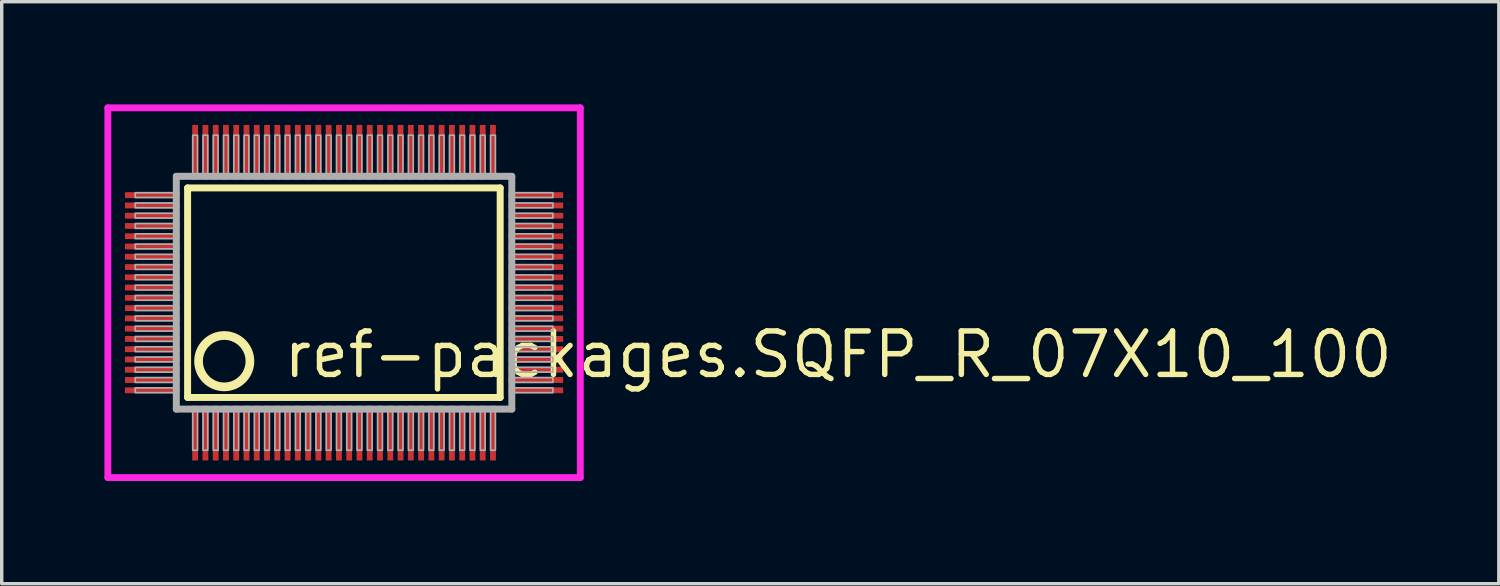
<source format=kicad_pcb>
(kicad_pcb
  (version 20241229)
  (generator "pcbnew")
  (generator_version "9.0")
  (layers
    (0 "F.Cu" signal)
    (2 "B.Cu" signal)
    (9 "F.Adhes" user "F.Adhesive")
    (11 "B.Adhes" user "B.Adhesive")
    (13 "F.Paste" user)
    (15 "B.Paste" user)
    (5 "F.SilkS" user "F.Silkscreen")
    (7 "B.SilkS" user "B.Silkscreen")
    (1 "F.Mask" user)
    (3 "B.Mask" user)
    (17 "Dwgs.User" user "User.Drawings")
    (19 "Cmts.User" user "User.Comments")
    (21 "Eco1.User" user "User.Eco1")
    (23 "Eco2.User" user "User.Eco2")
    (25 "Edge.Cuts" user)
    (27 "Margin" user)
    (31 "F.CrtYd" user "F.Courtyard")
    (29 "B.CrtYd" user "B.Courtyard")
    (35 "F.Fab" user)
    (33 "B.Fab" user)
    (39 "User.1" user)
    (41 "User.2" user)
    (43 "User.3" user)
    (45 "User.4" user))
  (footprint "ref-packages.SQFP_R_07X10_100"
    (layer "F.Cu")
    (at 7 5.5)
    (property "Reference" "ref-packages.SQFP_R_07X10_100" (at -1.85 2.55 0) (layer "F.SilkS") (effects (font (size 1.27 1.27) (thickness 0.16)) (justify left bottom)))
    (attr smd)
    (fp_line (start -4.57 -3.06) (end 4.56 -3.06) (stroke (width 0.203) (type default)) (layer "F.SilkS"))
    (fp_line (start -4.57 3.06) (end -4.57 -3.06) (stroke (width 0.203) (type default)) (layer "F.SilkS"))
    (fp_line (start 4.56 -3.06) (end 4.56 3.06) (stroke (width 0.203) (type default)) (layer "F.SilkS"))
    (fp_line (start 4.56 3.06) (end -4.57 3.06) (stroke (width 0.203) (type default)) (layer "F.SilkS"))
    (fp_circle (center -3.5 2) (end -2.75 2) (stroke (width 0.254) (type default)) (fill no) (layer "F.SilkS"))
    (fp_line (start -6.9 -5.4) (end 6.9 -5.4) (stroke (width 0.2) (type default)) (layer "F.CrtYd"))
    (fp_line (start -6.9 5.4) (end -6.9 -5.4) (stroke (width 0.2) (type default)) (layer "F.CrtYd"))
    (fp_line (start 6.9 -5.4) (end 6.9 5.4) (stroke (width 0.2) (type default)) (layer "F.CrtYd"))
    (fp_line (start 6.9 5.4) (end -6.9 5.4) (stroke (width 0.2) (type default)) (layer "F.CrtYd"))
    (fp_line (start -4.9 -3.4) (end -4.9 3.4) (stroke (width 0.203) (type default)) (layer "F.Fab"))
    (fp_line (start -4.9 3.4) (end 4.9 3.4) (stroke (width 0.203) (type default)) (layer "F.Fab"))
    (fp_line (start 4.9 -3.4) (end -4.9 -3.4) (stroke (width 0.203) (type default)) (layer "F.Fab"))
    (fp_line (start 4.9 3.4) (end 4.9 -3.4) (stroke (width 0.203) (type default)) (layer "F.Fab"))
    (fp_rect (start -6.1 -2.78) (end -4.95 -2.92) (stroke (width 0.05) (type default)) (fill no) (layer "F.Fab"))
    (fp_rect (start -6.1 -2.48) (end -4.95 -2.62) (stroke (width 0.05) (type default)) (fill no) (layer "F.Fab"))
    (fp_rect (start -6.1 -2.18) (end -4.95 -2.32) (stroke (width 0.05) (type default)) (fill no) (layer "F.Fab"))
    (fp_rect (start -6.1 -1.88) (end -4.95 -2.02) (stroke (width 0.05) (type default)) (fill no) (layer "F.Fab"))
    (fp_rect (start -6.1 -1.58) (end -4.95 -1.72) (stroke (width 0.05) (type default)) (fill no) (layer "F.Fab"))
    (fp_rect (start -6.1 -1.28) (end -4.95 -1.42) (stroke (width 0.05) (type default)) (fill no) (layer "F.Fab"))
    (fp_rect (start -6.1 -0.98) (end -4.95 -1.12) (stroke (width 0.05) (type default)) (fill no) (layer "F.Fab"))
    (fp_rect (start -6.1 -0.68) (end -4.95 -0.82) (stroke (width 0.05) (type default)) (fill no) (layer "F.Fab"))
    (fp_rect (start -6.1 -0.38) (end -4.95 -0.52) (stroke (width 0.05) (type default)) (fill no) (layer "F.Fab"))
    (fp_rect (start -6.1 -0.08) (end -4.95 -0.22) (stroke (width 0.05) (type default)) (fill no) (layer "F.Fab"))
    (fp_rect (start -6.1 0.22) (end -4.95 0.08) (stroke (width 0.05) (type default)) (fill no) (layer "F.Fab"))
    (fp_rect (start -6.1 0.52) (end -4.95 0.38) (stroke (width 0.05) (type default)) (fill no) (layer "F.Fab"))
    (fp_rect (start -6.1 0.82) (end -4.95 0.68) (stroke (width 0.05) (type default)) (fill no) (layer "F.Fab"))
    (fp_rect (start -6.1 1.12) (end -4.95 0.98) (stroke (width 0.05) (type default)) (fill no) (layer "F.Fab"))
    (fp_rect (start -6.1 1.42) (end -4.95 1.28) (stroke (width 0.05) (type default)) (fill no) (layer "F.Fab"))
    (fp_rect (start -6.1 1.72) (end -4.95 1.58) (stroke (width 0.05) (type default)) (fill no) (layer "F.Fab"))
    (fp_rect (start -6.1 2.02) (end -4.95 1.88) (stroke (width 0.05) (type default)) (fill no) (layer "F.Fab"))
    (fp_rect (start -6.1 2.32) (end -4.95 2.18) (stroke (width 0.05) (type default)) (fill no) (layer "F.Fab"))
    (fp_rect (start -6.1 2.62) (end -4.95 2.48) (stroke (width 0.05) (type default)) (fill no) (layer "F.Fab"))
    (fp_rect (start -6.1 2.92) (end -4.95 2.78) (stroke (width 0.05) (type default)) (fill no) (layer "F.Fab"))
    (fp_rect (start -4.42 -3.45) (end -4.28 -4.6) (stroke (width 0.05) (type default)) (fill no) (layer "F.Fab"))
    (fp_rect (start -4.42 4.6) (end -4.28 3.45) (stroke (width 0.05) (type default)) (fill no) (layer "F.Fab"))
    (fp_rect (start -4.12 -3.45) (end -3.98 -4.6) (stroke (width 0.05) (type default)) (fill no) (layer "F.Fab"))
    (fp_rect (start -4.12 4.6) (end -3.98 3.45) (stroke (width 0.05) (type default)) (fill no) (layer "F.Fab"))
    (fp_rect (start -3.82 -3.45) (end -3.68 -4.6) (stroke (width 0.05) (type default)) (fill no) (layer "F.Fab"))
    (fp_rect (start -3.82 4.6) (end -3.68 3.45) (stroke (width 0.05) (type default)) (fill no) (layer "F.Fab"))
    (fp_rect (start -3.52 -3.45) (end -3.38 -4.6) (stroke (width 0.05) (type default)) (fill no) (layer "F.Fab"))
    (fp_rect (start -3.52 4.6) (end -3.38 3.45) (stroke (width 0.05) (type default)) (fill no) (layer "F.Fab"))
    (fp_rect (start -3.22 -3.45) (end -3.08 -4.6) (stroke (width 0.05) (type default)) (fill no) (layer "F.Fab"))
    (fp_rect (start -3.22 4.6) (end -3.08 3.45) (stroke (width 0.05) (type default)) (fill no) (layer "F.Fab"))
    (fp_rect (start -2.92 -3.45) (end -2.78 -4.6) (stroke (width 0.05) (type default)) (fill no) (layer "F.Fab"))
    (fp_rect (start -2.92 4.6) (end -2.78 3.45) (stroke (width 0.05) (type default)) (fill no) (layer "F.Fab"))
    (fp_rect (start -2.62 -3.45) (end -2.48 -4.6) (stroke (width 0.05) (type default)) (fill no) (layer "F.Fab"))
    (fp_rect (start -2.62 4.6) (end -2.48 3.45) (stroke (width 0.05) (type default)) (fill no) (layer "F.Fab"))
    (fp_rect (start -2.32 -3.45) (end -2.18 -4.6) (stroke (width 0.05) (type default)) (fill no) (layer "F.Fab"))
    (fp_rect (start -2.32 4.6) (end -2.18 3.45) (stroke (width 0.05) (type default)) (fill no) (layer "F.Fab"))
    (fp_rect (start -2.02 -3.45) (end -1.88 -4.6) (stroke (width 0.05) (type default)) (fill no) (layer "F.Fab"))
    (fp_rect (start -2.02 4.6) (end -1.88 3.45) (stroke (width 0.05) (type default)) (fill no) (layer "F.Fab"))
    (fp_rect (start -1.72 -3.45) (end -1.58 -4.6) (stroke (width 0.05) (type default)) (fill no) (layer "F.Fab"))
    (fp_rect (start -1.72 4.6) (end -1.58 3.45) (stroke (width 0.05) (type default)) (fill no) (layer "F.Fab"))
    (fp_rect (start -1.42 -3.45) (end -1.28 -4.6) (stroke (width 0.05) (type default)) (fill no) (layer "F.Fab"))
    (fp_rect (start -1.42 4.6) (end -1.28 3.45) (stroke (width 0.05) (type default)) (fill no) (layer "F.Fab"))
    (fp_rect (start -1.12 -3.45) (end -0.98 -4.6) (stroke (width 0.05) (type default)) (fill no) (layer "F.Fab"))
    (fp_rect (start -1.12 4.6) (end -0.98 3.45) (stroke (width 0.05) (type default)) (fill no) (layer "F.Fab"))
    (fp_rect (start -0.82 -3.45) (end -0.68 -4.6) (stroke (width 0.05) (type default)) (fill no) (layer "F.Fab"))
    (fp_rect (start -0.82 4.6) (end -0.68 3.45) (stroke (width 0.05) (type default)) (fill no) (layer "F.Fab"))
    (fp_rect (start -0.52 -3.45) (end -0.38 -4.6) (stroke (width 0.05) (type default)) (fill no) (layer "F.Fab"))
    (fp_rect (start -0.52 4.6) (end -0.38 3.45) (stroke (width 0.05) (type default)) (fill no) (layer "F.Fab"))
    (fp_rect (start -0.22 -3.45) (end -0.08 -4.6) (stroke (width 0.05) (type default)) (fill no) (layer "F.Fab"))
    (fp_rect (start -0.22 4.6) (end -0.08 3.45) (stroke (width 0.05) (type default)) (fill no) (layer "F.Fab"))
    (fp_rect (start 0.08 -3.45) (end 0.22 -4.6) (stroke (width 0.05) (type default)) (fill no) (layer "F.Fab"))
    (fp_rect (start 0.08 4.6) (end 0.22 3.45) (stroke (width 0.05) (type default)) (fill no) (layer "F.Fab"))
    (fp_rect (start 0.38 -3.45) (end 0.52 -4.6) (stroke (width 0.05) (type default)) (fill no) (layer "F.Fab"))
    (fp_rect (start 0.38 4.6) (end 0.52 3.45) (stroke (width 0.05) (type default)) (fill no) (layer "F.Fab"))
    (fp_rect (start 0.68 -3.45) (end 0.82 -4.6) (stroke (width 0.05) (type default)) (fill no) (layer "F.Fab"))
    (fp_rect (start 0.68 4.6) (end 0.82 3.45) (stroke (width 0.05) (type default)) (fill no) (layer "F.Fab"))
    (fp_rect (start 0.98 -3.45) (end 1.12 -4.6) (stroke (width 0.05) (type default)) (fill no) (layer "F.Fab"))
    (fp_rect (start 0.98 4.6) (end 1.12 3.45) (stroke (width 0.05) (type default)) (fill no) (layer "F.Fab"))
    (fp_rect (start 1.28 -3.45) (end 1.42 -4.6) (stroke (width 0.05) (type default)) (fill no) (layer "F.Fab"))
    (fp_rect (start 1.28 4.6) (end 1.42 3.45) (stroke (width 0.05) (type default)) (fill no) (layer "F.Fab"))
    (fp_rect (start 1.58 -3.45) (end 1.72 -4.6) (stroke (width 0.05) (type default)) (fill no) (layer "F.Fab"))
    (fp_rect (start 1.58 4.6) (end 1.72 3.45) (stroke (width 0.05) (type default)) (fill no) (layer "F.Fab"))
    (fp_rect (start 1.88 -3.45) (end 2.02 -4.6) (stroke (width 0.05) (type default)) (fill no) (layer "F.Fab"))
    (fp_rect (start 1.88 4.6) (end 2.02 3.45) (stroke (width 0.05) (type default)) (fill no) (layer "F.Fab"))
    (fp_rect (start 2.18 -3.45) (end 2.32 -4.6) (stroke (width 0.05) (type default)) (fill no) (layer "F.Fab"))
    (fp_rect (start 2.18 4.6) (end 2.32 3.45) (stroke (width 0.05) (type default)) (fill no) (layer "F.Fab"))
    (fp_rect (start 2.48 -3.45) (end 2.62 -4.6) (stroke (width 0.05) (type default)) (fill no) (layer "F.Fab"))
    (fp_rect (start 2.48 4.6) (end 2.62 3.45) (stroke (width 0.05) (type default)) (fill no) (layer "F.Fab"))
    (fp_rect (start 2.78 -3.45) (end 2.92 -4.6) (stroke (width 0.05) (type default)) (fill no) (layer "F.Fab"))
    (fp_rect (start 2.78 4.6) (end 2.92 3.45) (stroke (width 0.05) (type default)) (fill no) (layer "F.Fab"))
    (fp_rect (start 3.08 -3.45) (end 3.22 -4.6) (stroke (width 0.05) (type default)) (fill no) (layer "F.Fab"))
    (fp_rect (start 3.08 4.6) (end 3.22 3.45) (stroke (width 0.05) (type default)) (fill no) (layer "F.Fab"))
    (fp_rect (start 3.38 -3.45) (end 3.52 -4.6) (stroke (width 0.05) (type default)) (fill no) (layer "F.Fab"))
    (fp_rect (start 3.38 4.6) (end 3.52 3.45) (stroke (width 0.05) (type default)) (fill no) (layer "F.Fab"))
    (fp_rect (start 3.68 -3.45) (end 3.82 -4.6) (stroke (width 0.05) (type default)) (fill no) (layer "F.Fab"))
    (fp_rect (start 3.68 4.6) (end 3.82 3.45) (stroke (width 0.05) (type default)) (fill no) (layer "F.Fab"))
    (fp_rect (start 3.98 -3.45) (end 4.12 -4.6) (stroke (width 0.05) (type default)) (fill no) (layer "F.Fab"))
    (fp_rect (start 3.98 4.6) (end 4.12 3.45) (stroke (width 0.05) (type default)) (fill no) (layer "F.Fab"))
    (fp_rect (start 4.28 -3.45) (end 4.42 -4.6) (stroke (width 0.05) (type default)) (fill no) (layer "F.Fab"))
    (fp_rect (start 4.28 4.6) (end 4.42 3.45) (stroke (width 0.05) (type default)) (fill no) (layer "F.Fab"))
    (fp_rect (start 4.95 -2.78) (end 6.1 -2.92) (stroke (width 0.05) (type default)) (fill no) (layer "F.Fab"))
    (fp_rect (start 4.95 -2.48) (end 6.1 -2.62) (stroke (width 0.05) (type default)) (fill no) (layer "F.Fab"))
    (fp_rect (start 4.95 -2.18) (end 6.1 -2.32) (stroke (width 0.05) (type default)) (fill no) (layer "F.Fab"))
    (fp_rect (start 4.95 -1.88) (end 6.1 -2.02) (stroke (width 0.05) (type default)) (fill no) (layer "F.Fab"))
    (fp_rect (start 4.95 -1.58) (end 6.1 -1.72) (stroke (width 0.05) (type default)) (fill no) (layer "F.Fab"))
    (fp_rect (start 4.95 -1.28) (end 6.1 -1.42) (stroke (width 0.05) (type default)) (fill no) (layer "F.Fab"))
    (fp_rect (start 4.95 -0.98) (end 6.1 -1.12) (stroke (width 0.05) (type default)) (fill no) (layer "F.Fab"))
    (fp_rect (start 4.95 -0.68) (end 6.1 -0.82) (stroke (width 0.05) (type default)) (fill no) (layer "F.Fab"))
    (fp_rect (start 4.95 -0.38) (end 6.1 -0.52) (stroke (width 0.05) (type default)) (fill no) (layer "F.Fab"))
    (fp_rect (start 4.95 -0.08) (end 6.1 -0.22) (stroke (width 0.05) (type default)) (fill no) (layer "F.Fab"))
    (fp_rect (start 4.95 0.22) (end 6.1 0.08) (stroke (width 0.05) (type default)) (fill no) (layer "F.Fab"))
    (fp_rect (start 4.95 0.52) (end 6.1 0.38) (stroke (width 0.05) (type default)) (fill no) (layer "F.Fab"))
    (fp_rect (start 4.95 0.82) (end 6.1 0.68) (stroke (width 0.05) (type default)) (fill no) (layer "F.Fab"))
    (fp_rect (start 4.95 1.12) (end 6.1 0.98) (stroke (width 0.05) (type default)) (fill no) (layer "F.Fab"))
    (fp_rect (start 4.95 1.42) (end 6.1 1.28) (stroke (width 0.05) (type default)) (fill no) (layer "F.Fab"))
    (fp_rect (start 4.95 1.72) (end 6.1 1.58) (stroke (width 0.05) (type default)) (fill no) (layer "F.Fab"))
    (fp_rect (start 4.95 2.02) (end 6.1 1.88) (stroke (width 0.05) (type default)) (fill no) (layer "F.Fab"))
    (fp_rect (start 4.95 2.32) (end 6.1 2.18) (stroke (width 0.05) (type default)) (fill no) (layer "F.Fab"))
    (fp_rect (start 4.95 2.62) (end 6.1 2.48) (stroke (width 0.05) (type default)) (fill no) (layer "F.Fab"))
    (fp_rect (start 4.95 2.92) (end 6.1 2.78) (stroke (width 0.05) (type default)) (fill no) (layer "F.Fab"))
    (pad "1" smd roundrect (at -4.35 4.1) (size 0.17 1.6) (layers "F.Cu" "F.Mask" "F.Paste") (roundrect_rratio 0.01))
    (pad "2" smd roundrect (at -4.05 4.1) (size 0.17 1.6) (layers "F.Cu" "F.Mask" "F.Paste") (roundrect_rratio 0.01))
    (pad "3" smd roundrect (at -3.75 4.1) (size 0.17 1.6) (layers "F.Cu" "F.Mask" "F.Paste") (roundrect_rratio 0.01))
    (pad "4" smd roundrect (at -3.45 4.1) (size 0.17 1.6) (layers "F.Cu" "F.Mask" "F.Paste") (roundrect_rratio 0.01))
    (pad "5" smd roundrect (at -3.15 4.1) (size 0.17 1.6) (layers "F.Cu" "F.Mask" "F.Paste") (roundrect_rratio 0.01))
    (pad "6" smd roundrect (at -2.85 4.1) (size 0.17 1.6) (layers "F.Cu" "F.Mask" "F.Paste") (roundrect_rratio 0.01))
    (pad "7" smd roundrect (at -2.55 4.1) (size 0.17 1.6) (layers "F.Cu" "F.Mask" "F.Paste") (roundrect_rratio 0.01))
    (pad "8" smd roundrect (at -2.25 4.1) (size 0.17 1.6) (layers "F.Cu" "F.Mask" "F.Paste") (roundrect_rratio 0.01))
    (pad "9" smd roundrect (at -1.95 4.1) (size 0.17 1.6) (layers "F.Cu" "F.Mask" "F.Paste") (roundrect_rratio 0.01))
    (pad "10" smd roundrect (at -1.65 4.1) (size 0.17 1.6) (layers "F.Cu" "F.Mask" "F.Paste") (roundrect_rratio 0.01))
    (pad "11" smd roundrect (at -1.35 4.1) (size 0.17 1.6) (layers "F.Cu" "F.Mask" "F.Paste") (roundrect_rratio 0.01))
    (pad "12" smd roundrect (at -1.05 4.1) (size 0.17 1.6) (layers "F.Cu" "F.Mask" "F.Paste") (roundrect_rratio 0.01))
    (pad "13" smd roundrect (at -0.75 4.1) (size 0.17 1.6) (layers "F.Cu" "F.Mask" "F.Paste") (roundrect_rratio 0.01))
    (pad "14" smd roundrect (at -0.45 4.1) (size 0.17 1.6) (layers "F.Cu" "F.Mask" "F.Paste") (roundrect_rratio 0.01))
    (pad "15" smd roundrect (at -0.15 4.1) (size 0.17 1.6) (layers "F.Cu" "F.Mask" "F.Paste") (roundrect_rratio 0.01))
    (pad "16" smd roundrect (at 0.15 4.1) (size 0.17 1.6) (layers "F.Cu" "F.Mask" "F.Paste") (roundrect_rratio 0.01))
    (pad "17" smd roundrect (at 0.45 4.1) (size 0.17 1.6) (layers "F.Cu" "F.Mask" "F.Paste") (roundrect_rratio 0.01))
    (pad "18" smd roundrect (at 0.75 4.1) (size 0.17 1.6) (layers "F.Cu" "F.Mask" "F.Paste") (roundrect_rratio 0.01))
    (pad "19" smd roundrect (at 1.05 4.1) (size 0.17 1.6) (layers "F.Cu" "F.Mask" "F.Paste") (roundrect_rratio 0.01))
    (pad "20" smd roundrect (at 1.35 4.1) (size 0.17 1.6) (layers "F.Cu" "F.Mask" "F.Paste") (roundrect_rratio 0.01))
    (pad "21" smd roundrect (at 1.65 4.1) (size 0.17 1.6) (layers "F.Cu" "F.Mask" "F.Paste") (roundrect_rratio 0.01))
    (pad "22" smd roundrect (at 1.95 4.1) (size 0.17 1.6) (layers "F.Cu" "F.Mask" "F.Paste") (roundrect_rratio 0.01))
    (pad "23" smd roundrect (at 2.25 4.1) (size 0.17 1.6) (layers "F.Cu" "F.Mask" "F.Paste") (roundrect_rratio 0.01))
    (pad "24" smd roundrect (at 2.55 4.1) (size 0.17 1.6) (layers "F.Cu" "F.Mask" "F.Paste") (roundrect_rratio 0.01))
    (pad "25" smd roundrect (at 2.85 4.1) (size 0.17 1.6) (layers "F.Cu" "F.Mask" "F.Paste") (roundrect_rratio 0.01))
    (pad "26" smd roundrect (at 3.15 4.1) (size 0.17 1.6) (layers "F.Cu" "F.Mask" "F.Paste") (roundrect_rratio 0.01))
    (pad "27" smd roundrect (at 3.45 4.1) (size 0.17 1.6) (layers "F.Cu" "F.Mask" "F.Paste") (roundrect_rratio 0.01))
    (pad "28" smd roundrect (at 3.75 4.1) (size 0.17 1.6) (layers "F.Cu" "F.Mask" "F.Paste") (roundrect_rratio 0.01))
    (pad "29" smd roundrect (at 4.05 4.1) (size 0.17 1.6) (layers "F.Cu" "F.Mask" "F.Paste") (roundrect_rratio 0.01))
    (pad "30" smd roundrect (at 4.35 4.1) (size 0.17 1.6) (layers "F.Cu" "F.Mask" "F.Paste") (roundrect_rratio 0.01))
    (pad "31" smd roundrect (at 5.6 2.85) (size 1.6 0.17) (layers "F.Cu" "F.Mask" "F.Paste") (roundrect_rratio 0.01))
    (pad "32" smd roundrect (at 5.6 2.55) (size 1.6 0.17) (layers "F.Cu" "F.Mask" "F.Paste") (roundrect_rratio 0.01))
    (pad "33" smd roundrect (at 5.6 2.25) (size 1.6 0.17) (layers "F.Cu" "F.Mask" "F.Paste") (roundrect_rratio 0.01))
    (pad "34" smd roundrect (at 5.6 1.95) (size 1.6 0.17) (layers "F.Cu" "F.Mask" "F.Paste") (roundrect_rratio 0.01))
    (pad "35" smd roundrect (at 5.6 1.65) (size 1.6 0.17) (layers "F.Cu" "F.Mask" "F.Paste") (roundrect_rratio 0.01))
    (pad "36" smd roundrect (at 5.6 1.35) (size 1.6 0.17) (layers "F.Cu" "F.Mask" "F.Paste") (roundrect_rratio 0.01))
    (pad "37" smd roundrect (at 5.6 1.05) (size 1.6 0.17) (layers "F.Cu" "F.Mask" "F.Paste") (roundrect_rratio 0.01))
    (pad "38" smd roundrect (at 5.6 0.75) (size 1.6 0.17) (layers "F.Cu" "F.Mask" "F.Paste") (roundrect_rratio 0.01))
    (pad "39" smd roundrect (at 5.6 0.45) (size 1.6 0.17) (layers "F.Cu" "F.Mask" "F.Paste") (roundrect_rratio 0.01))
    (pad "40" smd roundrect (at 5.6 0.15) (size 1.6 0.17) (layers "F.Cu" "F.Mask" "F.Paste") (roundrect_rratio 0.01))
    (pad "41" smd roundrect (at 5.6 -0.15) (size 1.6 0.17) (layers "F.Cu" "F.Mask" "F.Paste") (roundrect_rratio 0.01))
    (pad "42" smd roundrect (at 5.6 -0.45) (size 1.6 0.17) (layers "F.Cu" "F.Mask" "F.Paste") (roundrect_rratio 0.01))
    (pad "43" smd roundrect (at 5.6 -0.75) (size 1.6 0.17) (layers "F.Cu" "F.Mask" "F.Paste") (roundrect_rratio 0.01))
    (pad "44" smd roundrect (at 5.6 -1.05) (size 1.6 0.17) (layers "F.Cu" "F.Mask" "F.Paste") (roundrect_rratio 0.01))
    (pad "45" smd roundrect (at 5.6 -1.35) (size 1.6 0.17) (layers "F.Cu" "F.Mask" "F.Paste") (roundrect_rratio 0.01))
    (pad "46" smd roundrect (at 5.6 -1.65) (size 1.6 0.17) (layers "F.Cu" "F.Mask" "F.Paste") (roundrect_rratio 0.01))
    (pad "47" smd roundrect (at 5.6 -1.95) (size 1.6 0.17) (layers "F.Cu" "F.Mask" "F.Paste") (roundrect_rratio 0.01))
    (pad "48" smd roundrect (at 5.6 -2.25) (size 1.6 0.17) (layers "F.Cu" "F.Mask" "F.Paste") (roundrect_rratio 0.01))
    (pad "49" smd roundrect (at 5.6 -2.55) (size 1.6 0.17) (layers "F.Cu" "F.Mask" "F.Paste") (roundrect_rratio 0.01))
    (pad "50" smd roundrect (at 5.6 -2.85) (size 1.6 0.17) (layers "F.Cu" "F.Mask" "F.Paste") (roundrect_rratio 0.01))
    (pad "51" smd roundrect (at 4.35 -4.1) (size 0.17 1.6) (layers "F.Cu" "F.Mask" "F.Paste") (roundrect_rratio 0.01))
    (pad "52" smd roundrect (at 4.05 -4.1) (size 0.17 1.6) (layers "F.Cu" "F.Mask" "F.Paste") (roundrect_rratio 0.01))
    (pad "53" smd roundrect (at 3.75 -4.1) (size 0.17 1.6) (layers "F.Cu" "F.Mask" "F.Paste") (roundrect_rratio 0.01))
    (pad "54" smd roundrect (at 3.45 -4.1) (size 0.17 1.6) (layers "F.Cu" "F.Mask" "F.Paste") (roundrect_rratio 0.01))
    (pad "55" smd roundrect (at 3.15 -4.1) (size 0.17 1.6) (layers "F.Cu" "F.Mask" "F.Paste") (roundrect_rratio 0.01))
    (pad "56" smd roundrect (at 2.85 -4.1) (size 0.17 1.6) (layers "F.Cu" "F.Mask" "F.Paste") (roundrect_rratio 0.01))
    (pad "57" smd roundrect (at 2.55 -4.1) (size 0.17 1.6) (layers "F.Cu" "F.Mask" "F.Paste") (roundrect_rratio 0.01))
    (pad "58" smd roundrect (at 2.25 -4.1) (size 0.17 1.6) (layers "F.Cu" "F.Mask" "F.Paste") (roundrect_rratio 0.01))
    (pad "59" smd roundrect (at 1.95 -4.1) (size 0.17 1.6) (layers "F.Cu" "F.Mask" "F.Paste") (roundrect_rratio 0.01))
    (pad "60" smd roundrect (at 1.65 -4.1) (size 0.17 1.6) (layers "F.Cu" "F.Mask" "F.Paste") (roundrect_rratio 0.01))
    (pad "61" smd roundrect (at 1.35 -4.1) (size 0.17 1.6) (layers "F.Cu" "F.Mask" "F.Paste") (roundrect_rratio 0.01))
    (pad "62" smd roundrect (at 1.05 -4.1) (size 0.17 1.6) (layers "F.Cu" "F.Mask" "F.Paste") (roundrect_rratio 0.01))
    (pad "63" smd roundrect (at 0.75 -4.1) (size 0.17 1.6) (layers "F.Cu" "F.Mask" "F.Paste") (roundrect_rratio 0.01))
    (pad "64" smd roundrect (at 0.45 -4.1) (size 0.17 1.6) (layers "F.Cu" "F.Mask" "F.Paste") (roundrect_rratio 0.01))
    (pad "65" smd roundrect (at 0.15 -4.1) (size 0.17 1.6) (layers "F.Cu" "F.Mask" "F.Paste") (roundrect_rratio 0.01))
    (pad "66" smd roundrect (at -0.15 -4.1) (size 0.17 1.6) (layers "F.Cu" "F.Mask" "F.Paste") (roundrect_rratio 0.01))
    (pad "67" smd roundrect (at -0.45 -4.1) (size 0.17 1.6) (layers "F.Cu" "F.Mask" "F.Paste") (roundrect_rratio 0.01))
    (pad "68" smd roundrect (at -0.75 -4.1) (size 0.17 1.6) (layers "F.Cu" "F.Mask" "F.Paste") (roundrect_rratio 0.01))
    (pad "69" smd roundrect (at -1.05 -4.1) (size 0.17 1.6) (layers "F.Cu" "F.Mask" "F.Paste") (roundrect_rratio 0.01))
    (pad "70" smd roundrect (at -1.35 -4.1) (size 0.17 1.6) (layers "F.Cu" "F.Mask" "F.Paste") (roundrect_rratio 0.01))
    (pad "71" smd roundrect (at -1.65 -4.1) (size 0.17 1.6) (layers "F.Cu" "F.Mask" "F.Paste") (roundrect_rratio 0.01))
    (pad "72" smd roundrect (at -1.95 -4.1) (size 0.17 1.6) (layers "F.Cu" "F.Mask" "F.Paste") (roundrect_rratio 0.01))
    (pad "73" smd roundrect (at -2.25 -4.1) (size 0.17 1.6) (layers "F.Cu" "F.Mask" "F.Paste") (roundrect_rratio 0.01))
    (pad "74" smd roundrect (at -2.55 -4.1) (size 0.17 1.6) (layers "F.Cu" "F.Mask" "F.Paste") (roundrect_rratio 0.01))
    (pad "75" smd roundrect (at -2.85 -4.1) (size 0.17 1.6) (layers "F.Cu" "F.Mask" "F.Paste") (roundrect_rratio 0.01))
    (pad "76" smd roundrect (at -3.15 -4.1) (size 0.17 1.6) (layers "F.Cu" "F.Mask" "F.Paste") (roundrect_rratio 0.01))
    (pad "77" smd roundrect (at -3.45 -4.1) (size 0.17 1.6) (layers "F.Cu" "F.Mask" "F.Paste") (roundrect_rratio 0.01))
    (pad "78" smd roundrect (at -3.75 -4.1) (size 0.17 1.6) (layers "F.Cu" "F.Mask" "F.Paste") (roundrect_rratio 0.01))
    (pad "79" smd roundrect (at -4.05 -4.1) (size 0.17 1.6) (layers "F.Cu" "F.Mask" "F.Paste") (roundrect_rratio 0.01))
    (pad "80" smd roundrect (at -4.35 -4.1) (size 0.17 1.6) (layers "F.Cu" "F.Mask" "F.Paste") (roundrect_rratio 0.01))
    (pad "81" smd roundrect (at -5.6 -2.85) (size 1.6 0.17) (layers "F.Cu" "F.Mask" "F.Paste") (roundrect_rratio 0.01))
    (pad "82" smd roundrect (at -5.6 -2.55) (size 1.6 0.17) (layers "F.Cu" "F.Mask" "F.Paste") (roundrect_rratio 0.01))
    (pad "83" smd roundrect (at -5.6 -2.25) (size 1.6 0.17) (layers "F.Cu" "F.Mask" "F.Paste") (roundrect_rratio 0.01))
    (pad "84" smd roundrect (at -5.6 -1.95) (size 1.6 0.17) (layers "F.Cu" "F.Mask" "F.Paste") (roundrect_rratio 0.01))
    (pad "85" smd roundrect (at -5.6 -1.65) (size 1.6 0.17) (layers "F.Cu" "F.Mask" "F.Paste") (roundrect_rratio 0.01))
    (pad "86" smd roundrect (at -5.6 -1.35) (size 1.6 0.17) (layers "F.Cu" "F.Mask" "F.Paste") (roundrect_rratio 0.01))
    (pad "87" smd roundrect (at -5.6 -1.05) (size 1.6 0.17) (layers "F.Cu" "F.Mask" "F.Paste") (roundrect_rratio 0.01))
    (pad "88" smd roundrect (at -5.6 -0.75) (size 1.6 0.17) (layers "F.Cu" "F.Mask" "F.Paste") (roundrect_rratio 0.01))
    (pad "89" smd roundrect (at -5.6 -0.45) (size 1.6 0.17) (layers "F.Cu" "F.Mask" "F.Paste") (roundrect_rratio 0.01))
    (pad "90" smd roundrect (at -5.6 -0.15) (size 1.6 0.17) (layers "F.Cu" "F.Mask" "F.Paste") (roundrect_rratio 0.01))
    (pad "91" smd roundrect (at -5.6 0.15) (size 1.6 0.17) (layers "F.Cu" "F.Mask" "F.Paste") (roundrect_rratio 0.01))
    (pad "92" smd roundrect (at -5.6 0.45) (size 1.6 0.17) (layers "F.Cu" "F.Mask" "F.Paste") (roundrect_rratio 0.01))
    (pad "93" smd roundrect (at -5.6 0.75) (size 1.6 0.17) (layers "F.Cu" "F.Mask" "F.Paste") (roundrect_rratio 0.01))
    (pad "94" smd roundrect (at -5.6 1.05) (size 1.6 0.17) (layers "F.Cu" "F.Mask" "F.Paste") (roundrect_rratio 0.01))
    (pad "95" smd roundrect (at -5.6 1.35) (size 1.6 0.17) (layers "F.Cu" "F.Mask" "F.Paste") (roundrect_rratio 0.01))
    (pad "96" smd roundrect (at -5.6 1.65) (size 1.6 0.17) (layers "F.Cu" "F.Mask" "F.Paste") (roundrect_rratio 0.01))
    (pad "97" smd roundrect (at -5.6 1.95) (size 1.6 0.17) (layers "F.Cu" "F.Mask" "F.Paste") (roundrect_rratio 0.01))
    (pad "98" smd roundrect (at -5.6 2.25) (size 1.6 0.17) (layers "F.Cu" "F.Mask" "F.Paste") (roundrect_rratio 0.01))
    (pad "99" smd roundrect (at -5.6 2.55) (size 1.6 0.17) (layers "F.Cu" "F.Mask" "F.Paste") (roundrect_rratio 0.01))
    (pad "100" smd roundrect (at -5.6 2.85) (size 1.6 0.17) (layers "F.Cu" "F.Mask" "F.Paste") (roundrect_rratio 0.01)))
  (gr_rect
    (start -3 -3)
    (end 40.731 14)
    (stroke (width 0.1) (type default))
    (fill no)
    (layer "Edge.Cuts")))
</source>
